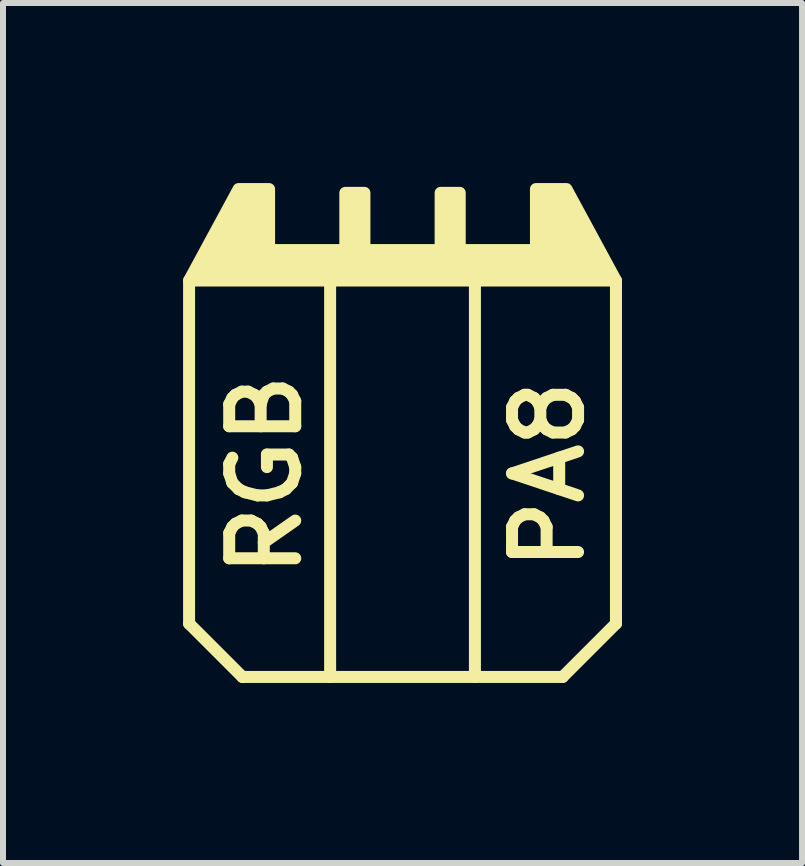
<source format=kicad_pcb>
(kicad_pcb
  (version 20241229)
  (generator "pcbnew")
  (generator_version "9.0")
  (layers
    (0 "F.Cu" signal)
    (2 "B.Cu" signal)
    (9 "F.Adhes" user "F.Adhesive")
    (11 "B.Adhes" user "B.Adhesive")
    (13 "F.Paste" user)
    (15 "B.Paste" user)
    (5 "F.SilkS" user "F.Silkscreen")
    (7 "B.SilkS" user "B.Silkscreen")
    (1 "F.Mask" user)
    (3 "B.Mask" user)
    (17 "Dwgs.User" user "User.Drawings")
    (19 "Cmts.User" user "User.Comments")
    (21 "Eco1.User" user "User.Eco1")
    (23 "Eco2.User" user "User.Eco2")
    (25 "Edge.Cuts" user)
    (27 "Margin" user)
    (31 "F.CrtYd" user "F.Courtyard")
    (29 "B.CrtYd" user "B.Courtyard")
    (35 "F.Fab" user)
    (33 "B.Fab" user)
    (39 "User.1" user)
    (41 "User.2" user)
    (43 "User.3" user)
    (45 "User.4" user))
  (footprint "RGB"
    (layer "F.Cu")
    (at 3.656 1.116)
    (property "Reference" "RGB" (at -2.286 3.747 90) (layer "F.SilkS") (effects (font (size 1.1 1.1) (thickness 0.2))))
    (attr smd)
    (fp_line (start -3.556 0.508) (end -3.556 6.223) (stroke (width 0.2) (type solid)) (layer "F.SilkS"))
    (fp_line (start -3.556 6.223) (end -2.667 7.112) (stroke (width 0.2) (type solid)) (layer "F.SilkS"))
    (fp_line (start -2.667 7.112) (end 2.667 7.112) (stroke (width 0.2) (type solid)) (layer "F.SilkS"))
    (fp_line (start -1.206 0.508) (end -1.206 7.112) (stroke (width 0.2) (type solid)) (layer "F.SilkS"))
    (fp_line (start 1.206 0.508) (end 1.206 7.112) (stroke (width 0.2) (type solid)) (layer "F.SilkS"))
    (fp_line (start 3.556 0.508) (end 3.556 6.223) (stroke (width 0.2) (type solid)) (layer "F.SilkS"))
    (fp_line (start 3.556 6.223) (end 2.667 7.112) (stroke (width 0.2) (type solid)) (layer "F.SilkS"))
    (fp_poly (pts (xy -2.223 0) (xy -0.953 0) (xy -0.953 -0.953) (xy -0.635 -0.953) (xy -0.635 0) (xy 0.635 0) (xy 0.635 -0.953) (xy 0.953 -0.953) (xy 0.953 0) (xy 2.223 0) (xy 2.223 -1.016) (xy 2.731 -1.016) (xy 3.556 0.508) (xy -3.556 0.508) (xy -2.731 -1.016) (xy -2.223 -1.016)) (stroke (width 0.2) (type solid)) (fill yes) (layer "F.SilkS"))
    (fp_text user "PA8" (at 2.426 3.747 90) (layer "F.SilkS") (effects (font (size 1.1 1.1) (thickness 0.2)))))
  (gr_rect
    (start -3 -3)
    (end 10.312 11.328)
    (stroke (width 0.1) (type default))
    (fill no)
    (layer "Edge.Cuts")))
</source>
